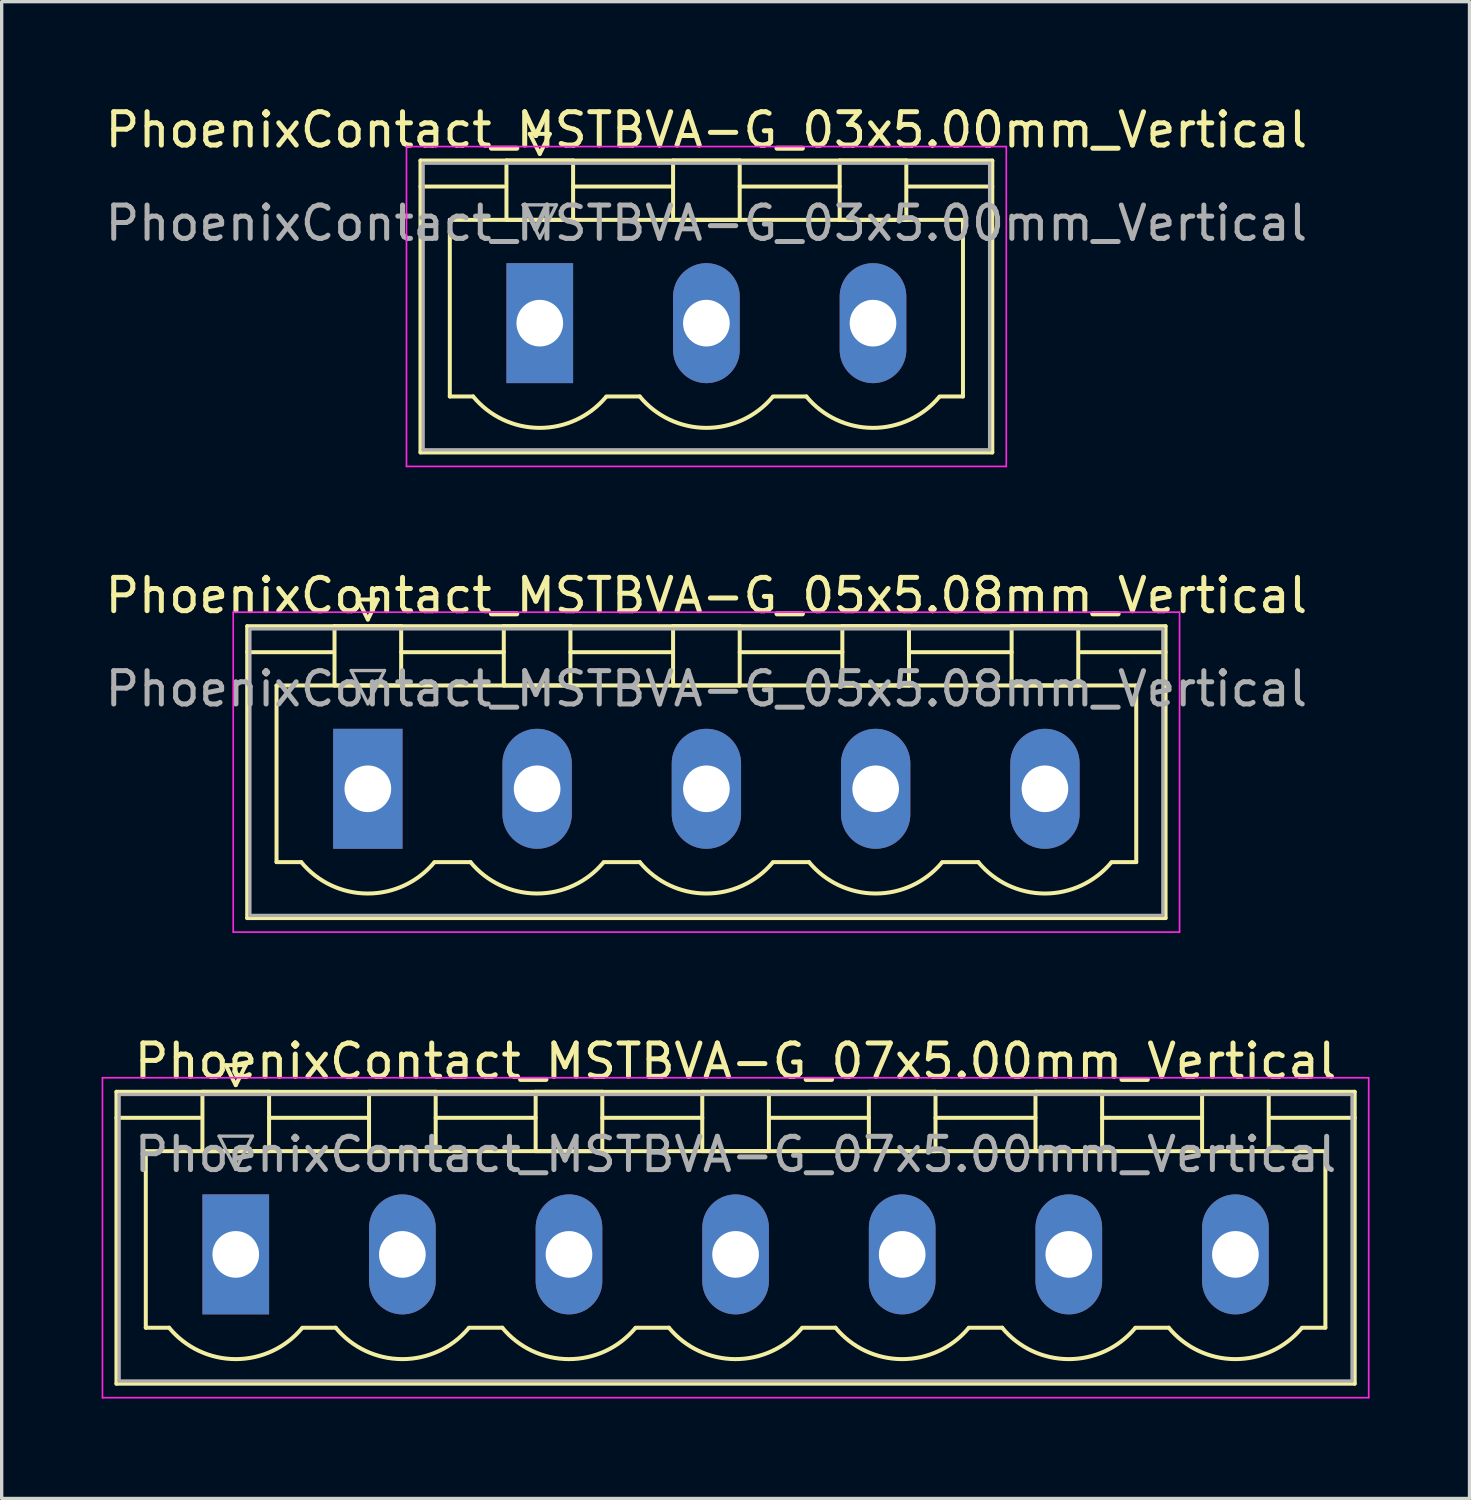
<source format=kicad_pcb>
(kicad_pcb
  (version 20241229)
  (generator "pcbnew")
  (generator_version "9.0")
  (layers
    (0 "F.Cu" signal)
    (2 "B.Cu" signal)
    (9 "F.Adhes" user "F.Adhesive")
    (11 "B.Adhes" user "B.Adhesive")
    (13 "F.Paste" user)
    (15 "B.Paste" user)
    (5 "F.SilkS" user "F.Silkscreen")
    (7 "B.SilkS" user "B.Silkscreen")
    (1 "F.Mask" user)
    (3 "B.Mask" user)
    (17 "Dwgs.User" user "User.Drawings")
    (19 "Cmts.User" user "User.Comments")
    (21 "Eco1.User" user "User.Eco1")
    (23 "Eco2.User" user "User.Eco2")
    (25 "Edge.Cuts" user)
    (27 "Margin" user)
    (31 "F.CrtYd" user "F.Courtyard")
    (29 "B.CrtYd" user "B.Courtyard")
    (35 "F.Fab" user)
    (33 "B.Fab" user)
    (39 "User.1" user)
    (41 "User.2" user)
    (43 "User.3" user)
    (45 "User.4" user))
  (footprint "PhoenixContact_MSTBVA-G_07x5.00mm_Vertical"
    (layer "F.Cu")
    (at 4.025 34.595)
    (property "Reference" "PhoenixContact_MSTBVA-G_07x5.00mm_Vertical" (at 15 -5.8 0) (layer "F.SilkS") (effects (font (size 1 1) (thickness 0.15))))
    (attr through_hole)
    (fp_line (start -3.58 -4.88) (end -3.58 3.88) (stroke (width 0.12) (type solid)) (layer "F.SilkS"))
    (fp_line (start -3.58 -4.1) (end -1.08 -4.1) (stroke (width 0.12) (type solid)) (layer "F.SilkS"))
    (fp_line (start -3.58 3.88) (end 33.58 3.88) (stroke (width 0.12) (type solid)) (layer "F.SilkS"))
    (fp_line (start -2.7 -3.1) (end 32.7 -3.1) (stroke (width 0.12) (type solid)) (layer "F.SilkS"))
    (fp_line (start -2.7 2.2) (end -2.7 -3.1) (stroke (width 0.12) (type solid)) (layer "F.SilkS"))
    (fp_line (start -2 2.2) (end -2.7 2.2) (stroke (width 0.12) (type solid)) (layer "F.SilkS"))
    (fp_line (start -1 -4.88) (end 1 -4.88) (stroke (width 0.12) (type solid)) (layer "F.SilkS"))
    (fp_line (start -1 -3.1) (end -1 -4.88) (stroke (width 0.12) (type solid)) (layer "F.SilkS"))
    (fp_line (start -0.3 -5.68) (end 0.3 -5.68) (stroke (width 0.12) (type solid)) (layer "F.SilkS"))
    (fp_line (start 0 -5.08) (end -0.3 -5.68) (stroke (width 0.12) (type solid)) (layer "F.SilkS"))
    (fp_line (start 0.3 -5.68) (end 0 -5.08) (stroke (width 0.12) (type solid)) (layer "F.SilkS"))
    (fp_line (start 1 -4.88) (end 1 -3.1) (stroke (width 0.12) (type solid)) (layer "F.SilkS"))
    (fp_line (start 1 -4.1) (end 4 -4.1) (stroke (width 0.12) (type solid)) (layer "F.SilkS"))
    (fp_line (start 1 -3.1) (end -1 -3.1) (stroke (width 0.12) (type solid)) (layer "F.SilkS"))
    (fp_line (start 2 2.2) (end 3 2.2) (stroke (width 0.12) (type solid)) (layer "F.SilkS"))
    (fp_line (start 4 -4.88) (end 6 -4.88) (stroke (width 0.12) (type solid)) (layer "F.SilkS"))
    (fp_line (start 4 -3.1) (end 4 -4.88) (stroke (width 0.12) (type solid)) (layer "F.SilkS"))
    (fp_line (start 6 -4.88) (end 6 -3.1) (stroke (width 0.12) (type solid)) (layer "F.SilkS"))
    (fp_line (start 6 -4.1) (end 9 -4.1) (stroke (width 0.12) (type solid)) (layer "F.SilkS"))
    (fp_line (start 6 -3.1) (end 4 -3.1) (stroke (width 0.12) (type solid)) (layer "F.SilkS"))
    (fp_line (start 7 2.2) (end 8 2.2) (stroke (width 0.12) (type solid)) (layer "F.SilkS"))
    (fp_line (start 9 -4.88) (end 11 -4.88) (stroke (width 0.12) (type solid)) (layer "F.SilkS"))
    (fp_line (start 9 -3.1) (end 9 -4.88) (stroke (width 0.12) (type solid)) (layer "F.SilkS"))
    (fp_line (start 11 -4.88) (end 11 -3.1) (stroke (width 0.12) (type solid)) (layer "F.SilkS"))
    (fp_line (start 11 -4.1) (end 14 -4.1) (stroke (width 0.12) (type solid)) (layer "F.SilkS"))
    (fp_line (start 11 -3.1) (end 9 -3.1) (stroke (width 0.12) (type solid)) (layer "F.SilkS"))
    (fp_line (start 12 2.2) (end 13 2.2) (stroke (width 0.12) (type solid)) (layer "F.SilkS"))
    (fp_line (start 14 -4.88) (end 16 -4.88) (stroke (width 0.12) (type solid)) (layer "F.SilkS"))
    (fp_line (start 14 -3.1) (end 14 -4.88) (stroke (width 0.12) (type solid)) (layer "F.SilkS"))
    (fp_line (start 16 -4.88) (end 16 -3.1) (stroke (width 0.12) (type solid)) (layer "F.SilkS"))
    (fp_line (start 16 -4.1) (end 19 -4.1) (stroke (width 0.12) (type solid)) (layer "F.SilkS"))
    (fp_line (start 16 -3.1) (end 14 -3.1) (stroke (width 0.12) (type solid)) (layer "F.SilkS"))
    (fp_line (start 17 2.2) (end 18 2.2) (stroke (width 0.12) (type solid)) (layer "F.SilkS"))
    (fp_line (start 19 -4.88) (end 21 -4.88) (stroke (width 0.12) (type solid)) (layer "F.SilkS"))
    (fp_line (start 19 -3.1) (end 19 -4.88) (stroke (width 0.12) (type solid)) (layer "F.SilkS"))
    (fp_line (start 21 -4.88) (end 21 -3.1) (stroke (width 0.12) (type solid)) (layer "F.SilkS"))
    (fp_line (start 21 -4.1) (end 24 -4.1) (stroke (width 0.12) (type solid)) (layer "F.SilkS"))
    (fp_line (start 21 -3.1) (end 19 -3.1) (stroke (width 0.12) (type solid)) (layer "F.SilkS"))
    (fp_line (start 22 2.2) (end 23 2.2) (stroke (width 0.12) (type solid)) (layer "F.SilkS"))
    (fp_line (start 24 -4.88) (end 26 -4.88) (stroke (width 0.12) (type solid)) (layer "F.SilkS"))
    (fp_line (start 24 -3.1) (end 24 -4.88) (stroke (width 0.12) (type solid)) (layer "F.SilkS"))
    (fp_line (start 26 -4.88) (end 26 -3.1) (stroke (width 0.12) (type solid)) (layer "F.SilkS"))
    (fp_line (start 26 -4.1) (end 29 -4.1) (stroke (width 0.12) (type solid)) (layer "F.SilkS"))
    (fp_line (start 26 -3.1) (end 24 -3.1) (stroke (width 0.12) (type solid)) (layer "F.SilkS"))
    (fp_line (start 27 2.2) (end 28 2.2) (stroke (width 0.12) (type solid)) (layer "F.SilkS"))
    (fp_line (start 29 -4.88) (end 31 -4.88) (stroke (width 0.12) (type solid)) (layer "F.SilkS"))
    (fp_line (start 29 -3.1) (end 29 -4.88) (stroke (width 0.12) (type solid)) (layer "F.SilkS"))
    (fp_line (start 31 -4.88) (end 31 -3.1) (stroke (width 0.12) (type solid)) (layer "F.SilkS"))
    (fp_line (start 31 -3.1) (end 29 -3.1) (stroke (width 0.12) (type solid)) (layer "F.SilkS"))
    (fp_line (start 32.7 -3.1) (end 32.7 2.2) (stroke (width 0.12) (type solid)) (layer "F.SilkS"))
    (fp_line (start 32.7 2.2) (end 32 2.2) (stroke (width 0.12) (type solid)) (layer "F.SilkS"))
    (fp_line (start 33.58 -4.88) (end -3.58 -4.88) (stroke (width 0.12) (type solid)) (layer "F.SilkS"))
    (fp_line (start 33.58 -4.1) (end 31.08 -4.1) (stroke (width 0.12) (type solid)) (layer "F.SilkS"))
    (fp_line (start 33.58 3.88) (end 33.58 -4.88) (stroke (width 0.12) (type solid)) (layer "F.SilkS"))
    (fp_arc (start 1.986842 2.215821) (mid -0.010289 3.142758) (end -2 2.2) (stroke (width 0.12) (type solid)) (layer "F.SilkS"))
    (fp_arc (start 6.986842 2.215821) (mid 4.989711 3.142758) (end 3 2.2) (stroke (width 0.12) (type solid)) (layer "F.SilkS"))
    (fp_arc (start 11.986842 2.215821) (mid 9.989711 3.142758) (end 8 2.2) (stroke (width 0.12) (type solid)) (layer "F.SilkS"))
    (fp_arc (start 16.986842 2.215821) (mid 14.989711 3.142758) (end 13 2.2) (stroke (width 0.12) (type solid)) (layer "F.SilkS"))
    (fp_arc (start 21.986842 2.215821) (mid 19.989711 3.142758) (end 18 2.2) (stroke (width 0.12) (type solid)) (layer "F.SilkS"))
    (fp_arc (start 26.986842 2.215821) (mid 24.989711 3.142758) (end 23 2.2) (stroke (width 0.12) (type solid)) (layer "F.SilkS"))
    (fp_arc (start 31.986842 2.215821) (mid 29.989711 3.142758) (end 28 2.2) (stroke (width 0.12) (type solid)) (layer "F.SilkS"))
    (fp_line (start -4 -5.3) (end -4 4.3) (stroke (width 0.05) (type solid)) (layer "F.CrtYd"))
    (fp_line (start -4 4.3) (end 34 4.3) (stroke (width 0.05) (type solid)) (layer "F.CrtYd"))
    (fp_line (start 34 -5.3) (end -4 -5.3) (stroke (width 0.05) (type solid)) (layer "F.CrtYd"))
    (fp_line (start 34 4.3) (end 34 -5.3) (stroke (width 0.05) (type solid)) (layer "F.CrtYd"))
    (fp_line (start -3.5 -4.8) (end -3.5 3.8) (stroke (width 0.1) (type solid)) (layer "F.Fab"))
    (fp_line (start -3.5 3.8) (end 33.5 3.8) (stroke (width 0.1) (type solid)) (layer "F.Fab"))
    (fp_line (start -0.5 -3.55) (end 0.5 -3.55) (stroke (width 0.1) (type solid)) (layer "F.Fab"))
    (fp_line (start 0 -2.55) (end -0.5 -3.55) (stroke (width 0.1) (type solid)) (layer "F.Fab"))
    (fp_line (start 0.5 -3.55) (end 0 -2.55) (stroke (width 0.1) (type solid)) (layer "F.Fab"))
    (fp_line (start 33.5 -4.8) (end -3.5 -4.8) (stroke (width 0.1) (type solid)) (layer "F.Fab"))
    (fp_line (start 33.5 3.8) (end 33.5 -4.8) (stroke (width 0.1) (type solid)) (layer "F.Fab"))
    (fp_text user "${REFERENCE}" (at 15 -3 0) (layer "F.Fab") (effects (font (size 1 1) (thickness 0.15))))
    (pad "1" thru_hole rect (at 0 0) (size 2 3.6) (drill 1.4) (layers "*.Cu" "*.Mask"))
    (pad "2" thru_hole oval (at 5 0) (size 2 3.6) (drill 1.4) (layers "*.Cu" "*.Mask"))
    (pad "3" thru_hole oval (at 10 0) (size 2 3.6) (drill 1.4) (layers "*.Cu" "*.Mask"))
    (pad "4" thru_hole oval (at 15 0) (size 2 3.6) (drill 1.4) (layers "*.Cu" "*.Mask"))
    (pad "5" thru_hole oval (at 20 0) (size 2 3.6) (drill 1.4) (layers "*.Cu" "*.Mask"))
    (pad "6" thru_hole oval (at 25 0) (size 2 3.6) (drill 1.4) (layers "*.Cu" "*.Mask"))
    (pad "7" thru_hole oval (at 30 0) (size 2 3.6) (drill 1.4) (layers "*.Cu" "*.Mask")))
  (footprint "PhoenixContact_MSTBVA-G_03x5.00mm_Vertical"
    (layer "F.Cu")
    (at 13.149 6.648)
    (property "Reference" "PhoenixContact_MSTBVA-G_03x5.00mm_Vertical" (at 5 -5.8 0) (layer "F.SilkS") (effects (font (size 1 1) (thickness 0.15))))
    (attr through_hole)
    (fp_line (start -3.58 -4.88) (end -3.58 3.88) (stroke (width 0.12) (type solid)) (layer "F.SilkS"))
    (fp_line (start -3.58 -4.1) (end -1.08 -4.1) (stroke (width 0.12) (type solid)) (layer "F.SilkS"))
    (fp_line (start -3.58 3.88) (end 13.58 3.88) (stroke (width 0.12) (type solid)) (layer "F.SilkS"))
    (fp_line (start -2.7 -3.1) (end 12.7 -3.1) (stroke (width 0.12) (type solid)) (layer "F.SilkS"))
    (fp_line (start -2.7 2.2) (end -2.7 -3.1) (stroke (width 0.12) (type solid)) (layer "F.SilkS"))
    (fp_line (start -2 2.2) (end -2.7 2.2) (stroke (width 0.12) (type solid)) (layer "F.SilkS"))
    (fp_line (start -1 -4.88) (end 1 -4.88) (stroke (width 0.12) (type solid)) (layer "F.SilkS"))
    (fp_line (start -1 -3.1) (end -1 -4.88) (stroke (width 0.12) (type solid)) (layer "F.SilkS"))
    (fp_line (start -0.3 -5.68) (end 0.3 -5.68) (stroke (width 0.12) (type solid)) (layer "F.SilkS"))
    (fp_line (start 0 -5.08) (end -0.3 -5.68) (stroke (width 0.12) (type solid)) (layer "F.SilkS"))
    (fp_line (start 0.3 -5.68) (end 0 -5.08) (stroke (width 0.12) (type solid)) (layer "F.SilkS"))
    (fp_line (start 1 -4.88) (end 1 -3.1) (stroke (width 0.12) (type solid)) (layer "F.SilkS"))
    (fp_line (start 1 -4.1) (end 4 -4.1) (stroke (width 0.12) (type solid)) (layer "F.SilkS"))
    (fp_line (start 1 -3.1) (end -1 -3.1) (stroke (width 0.12) (type solid)) (layer "F.SilkS"))
    (fp_line (start 2 2.2) (end 3 2.2) (stroke (width 0.12) (type solid)) (layer "F.SilkS"))
    (fp_line (start 4 -4.88) (end 6 -4.88) (stroke (width 0.12) (type solid)) (layer "F.SilkS"))
    (fp_line (start 4 -3.1) (end 4 -4.88) (stroke (width 0.12) (type solid)) (layer "F.SilkS"))
    (fp_line (start 6 -4.88) (end 6 -3.1) (stroke (width 0.12) (type solid)) (layer "F.SilkS"))
    (fp_line (start 6 -4.1) (end 9 -4.1) (stroke (width 0.12) (type solid)) (layer "F.SilkS"))
    (fp_line (start 6 -3.1) (end 4 -3.1) (stroke (width 0.12) (type solid)) (layer "F.SilkS"))
    (fp_line (start 7 2.2) (end 8 2.2) (stroke (width 0.12) (type solid)) (layer "F.SilkS"))
    (fp_line (start 9 -4.88) (end 11 -4.88) (stroke (width 0.12) (type solid)) (layer "F.SilkS"))
    (fp_line (start 9 -3.1) (end 9 -4.88) (stroke (width 0.12) (type solid)) (layer "F.SilkS"))
    (fp_line (start 11 -4.88) (end 11 -3.1) (stroke (width 0.12) (type solid)) (layer "F.SilkS"))
    (fp_line (start 11 -3.1) (end 9 -3.1) (stroke (width 0.12) (type solid)) (layer "F.SilkS"))
    (fp_line (start 12.7 -3.1) (end 12.7 2.2) (stroke (width 0.12) (type solid)) (layer "F.SilkS"))
    (fp_line (start 12.7 2.2) (end 12 2.2) (stroke (width 0.12) (type solid)) (layer "F.SilkS"))
    (fp_line (start 13.58 -4.88) (end -3.58 -4.88) (stroke (width 0.12) (type solid)) (layer "F.SilkS"))
    (fp_line (start 13.58 -4.1) (end 11.08 -4.1) (stroke (width 0.12) (type solid)) (layer "F.SilkS"))
    (fp_line (start 13.58 3.88) (end 13.58 -4.88) (stroke (width 0.12) (type solid)) (layer "F.SilkS"))
    (fp_arc (start 1.986842 2.215821) (mid -0.010289 3.142758) (end -2 2.2) (stroke (width 0.12) (type solid)) (layer "F.SilkS"))
    (fp_arc (start 6.986842 2.215821) (mid 4.989711 3.142758) (end 3 2.2) (stroke (width 0.12) (type solid)) (layer "F.SilkS"))
    (fp_arc (start 11.986842 2.215821) (mid 9.989711 3.142758) (end 8 2.2) (stroke (width 0.12) (type solid)) (layer "F.SilkS"))
    (fp_line (start -4 -5.3) (end -4 4.3) (stroke (width 0.05) (type solid)) (layer "F.CrtYd"))
    (fp_line (start -4 4.3) (end 14 4.3) (stroke (width 0.05) (type solid)) (layer "F.CrtYd"))
    (fp_line (start 14 -5.3) (end -4 -5.3) (stroke (width 0.05) (type solid)) (layer "F.CrtYd"))
    (fp_line (start 14 4.3) (end 14 -5.3) (stroke (width 0.05) (type solid)) (layer "F.CrtYd"))
    (fp_line (start -3.5 -4.8) (end -3.5 3.8) (stroke (width 0.1) (type solid)) (layer "F.Fab"))
    (fp_line (start -3.5 3.8) (end 13.5 3.8) (stroke (width 0.1) (type solid)) (layer "F.Fab"))
    (fp_line (start -0.5 -3.55) (end 0.5 -3.55) (stroke (width 0.1) (type solid)) (layer "F.Fab"))
    (fp_line (start 0 -2.55) (end -0.5 -3.55) (stroke (width 0.1) (type solid)) (layer "F.Fab"))
    (fp_line (start 0.5 -3.55) (end 0 -2.55) (stroke (width 0.1) (type solid)) (layer "F.Fab"))
    (fp_line (start 13.5 -4.8) (end -3.5 -4.8) (stroke (width 0.1) (type solid)) (layer "F.Fab"))
    (fp_line (start 13.5 3.8) (end 13.5 -4.8) (stroke (width 0.1) (type solid)) (layer "F.Fab"))
    (fp_text user "${REFERENCE}" (at 5 -3 0) (layer "F.Fab") (effects (font (size 1 1) (thickness 0.15))))
    (pad "1" thru_hole rect (at 0 0) (size 2 3.6) (drill 1.4) (layers "*.Cu" "*.Mask"))
    (pad "2" thru_hole oval (at 5 0) (size 2 3.6) (drill 1.4) (layers "*.Cu" "*.Mask"))
    (pad "3" thru_hole oval (at 10 0) (size 2 3.6) (drill 1.4) (layers "*.Cu" "*.Mask")))
  (footprint "PhoenixContact_MSTBVA-G_05x5.08mm_Vertical"
    (layer "F.Cu")
    (at 7.989 20.622)
    (property "Reference" "PhoenixContact_MSTBVA-G_05x5.08mm_Vertical" (at 10.16 -5.8 0) (layer "F.SilkS") (effects (font (size 1 1) (thickness 0.15))))
    (attr through_hole)
    (fp_line (start -3.62 -4.88) (end -3.62 3.88) (stroke (width 0.12) (type solid)) (layer "F.SilkS"))
    (fp_line (start -3.62 -4.1) (end -1.08 -4.1) (stroke (width 0.12) (type solid)) (layer "F.SilkS"))
    (fp_line (start -3.62 3.88) (end 23.94 3.88) (stroke (width 0.12) (type solid)) (layer "F.SilkS"))
    (fp_line (start -2.74 -3.1) (end 23.06 -3.1) (stroke (width 0.12) (type solid)) (layer "F.SilkS"))
    (fp_line (start -2.74 2.2) (end -2.74 -3.1) (stroke (width 0.12) (type solid)) (layer "F.SilkS"))
    (fp_line (start -2 2.2) (end -2.74 2.2) (stroke (width 0.12) (type solid)) (layer "F.SilkS"))
    (fp_line (start -1 -4.88) (end 1 -4.88) (stroke (width 0.12) (type solid)) (layer "F.SilkS"))
    (fp_line (start -1 -3.1) (end -1 -4.88) (stroke (width 0.12) (type solid)) (layer "F.SilkS"))
    (fp_line (start -0.3 -5.68) (end 0.3 -5.68) (stroke (width 0.12) (type solid)) (layer "F.SilkS"))
    (fp_line (start 0 -5.08) (end -0.3 -5.68) (stroke (width 0.12) (type solid)) (layer "F.SilkS"))
    (fp_line (start 0.3 -5.68) (end 0 -5.08) (stroke (width 0.12) (type solid)) (layer "F.SilkS"))
    (fp_line (start 1 -4.88) (end 1 -3.1) (stroke (width 0.12) (type solid)) (layer "F.SilkS"))
    (fp_line (start 1 -4.1) (end 4.08 -4.1) (stroke (width 0.12) (type solid)) (layer "F.SilkS"))
    (fp_line (start 1 -3.1) (end -1 -3.1) (stroke (width 0.12) (type solid)) (layer "F.SilkS"))
    (fp_line (start 2 2.2) (end 3.08 2.2) (stroke (width 0.12) (type solid)) (layer "F.SilkS"))
    (fp_line (start 4.08 -4.88) (end 6.08 -4.88) (stroke (width 0.12) (type solid)) (layer "F.SilkS"))
    (fp_line (start 4.08 -3.1) (end 4.08 -4.88) (stroke (width 0.12) (type solid)) (layer "F.SilkS"))
    (fp_line (start 6.08 -4.88) (end 6.08 -3.1) (stroke (width 0.12) (type solid)) (layer "F.SilkS"))
    (fp_line (start 6.08 -4.1) (end 9.16 -4.1) (stroke (width 0.12) (type solid)) (layer "F.SilkS"))
    (fp_line (start 6.08 -3.1) (end 4.08 -3.1) (stroke (width 0.12) (type solid)) (layer "F.SilkS"))
    (fp_line (start 7.08 2.2) (end 8.16 2.2) (stroke (width 0.12) (type solid)) (layer "F.SilkS"))
    (fp_line (start 9.16 -4.88) (end 11.16 -4.88) (stroke (width 0.12) (type solid)) (layer "F.SilkS"))
    (fp_line (start 9.16 -3.1) (end 9.16 -4.88) (stroke (width 0.12) (type solid)) (layer "F.SilkS"))
    (fp_line (start 11.16 -4.88) (end 11.16 -3.1) (stroke (width 0.12) (type solid)) (layer "F.SilkS"))
    (fp_line (start 11.16 -4.1) (end 14.24 -4.1) (stroke (width 0.12) (type solid)) (layer "F.SilkS"))
    (fp_line (start 11.16 -3.1) (end 9.16 -3.1) (stroke (width 0.12) (type solid)) (layer "F.SilkS"))
    (fp_line (start 12.16 2.2) (end 13.24 2.2) (stroke (width 0.12) (type solid)) (layer "F.SilkS"))
    (fp_line (start 14.24 -4.88) (end 16.24 -4.88) (stroke (width 0.12) (type solid)) (layer "F.SilkS"))
    (fp_line (start 14.24 -3.1) (end 14.24 -4.88) (stroke (width 0.12) (type solid)) (layer "F.SilkS"))
    (fp_line (start 16.24 -4.88) (end 16.24 -3.1) (stroke (width 0.12) (type solid)) (layer "F.SilkS"))
    (fp_line (start 16.24 -4.1) (end 19.32 -4.1) (stroke (width 0.12) (type solid)) (layer "F.SilkS"))
    (fp_line (start 16.24 -3.1) (end 14.24 -3.1) (stroke (width 0.12) (type solid)) (layer "F.SilkS"))
    (fp_line (start 17.24 2.2) (end 18.32 2.2) (stroke (width 0.12) (type solid)) (layer "F.SilkS"))
    (fp_line (start 19.32 -4.88) (end 21.32 -4.88) (stroke (width 0.12) (type solid)) (layer "F.SilkS"))
    (fp_line (start 19.32 -3.1) (end 19.32 -4.88) (stroke (width 0.12) (type solid)) (layer "F.SilkS"))
    (fp_line (start 21.32 -4.88) (end 21.32 -3.1) (stroke (width 0.12) (type solid)) (layer "F.SilkS"))
    (fp_line (start 21.32 -3.1) (end 19.32 -3.1) (stroke (width 0.12) (type solid)) (layer "F.SilkS"))
    (fp_line (start 23.06 -3.1) (end 23.06 2.2) (stroke (width 0.12) (type solid)) (layer "F.SilkS"))
    (fp_line (start 23.06 2.2) (end 22.32 2.2) (stroke (width 0.12) (type solid)) (layer "F.SilkS"))
    (fp_line (start 23.94 -4.88) (end -3.62 -4.88) (stroke (width 0.12) (type solid)) (layer "F.SilkS"))
    (fp_line (start 23.94 -4.1) (end 21.4 -4.1) (stroke (width 0.12) (type solid)) (layer "F.SilkS"))
    (fp_line (start 23.94 3.88) (end 23.94 -4.88) (stroke (width 0.12) (type solid)) (layer "F.SilkS"))
    (fp_arc (start 1.986842 2.215821) (mid -0.010289 3.142758) (end -2 2.2) (stroke (width 0.12) (type solid)) (layer "F.SilkS"))
    (fp_arc (start 7.066842 2.215821) (mid 5.069711 3.142758) (end 3.08 2.2) (stroke (width 0.12) (type solid)) (layer "F.SilkS"))
    (fp_arc (start 12.146842 2.215821) (mid 10.149711 3.142758) (end 8.16 2.2) (stroke (width 0.12) (type solid)) (layer "F.SilkS"))
    (fp_arc (start 17.226842 2.215821) (mid 15.229711 3.142758) (end 13.24 2.2) (stroke (width 0.12) (type solid)) (layer "F.SilkS"))
    (fp_arc (start 22.306842 2.215821) (mid 20.309711 3.142758) (end 18.32 2.2) (stroke (width 0.12) (type solid)) (layer "F.SilkS"))
    (fp_line (start -4.04 -5.3) (end -4.04 4.3) (stroke (width 0.05) (type solid)) (layer "F.CrtYd"))
    (fp_line (start -4.04 4.3) (end 24.36 4.3) (stroke (width 0.05) (type solid)) (layer "F.CrtYd"))
    (fp_line (start 24.36 -5.3) (end -4.04 -5.3) (stroke (width 0.05) (type solid)) (layer "F.CrtYd"))
    (fp_line (start 24.36 4.3) (end 24.36 -5.3) (stroke (width 0.05) (type solid)) (layer "F.CrtYd"))
    (fp_line (start -3.54 -4.8) (end -3.54 3.8) (stroke (width 0.1) (type solid)) (layer "F.Fab"))
    (fp_line (start -3.54 3.8) (end 23.86 3.8) (stroke (width 0.1) (type solid)) (layer "F.Fab"))
    (fp_line (start -0.5 -3.55) (end 0.5 -3.55) (stroke (width 0.1) (type solid)) (layer "F.Fab"))
    (fp_line (start 0 -2.55) (end -0.5 -3.55) (stroke (width 0.1) (type solid)) (layer "F.Fab"))
    (fp_line (start 0.5 -3.55) (end 0 -2.55) (stroke (width 0.1) (type solid)) (layer "F.Fab"))
    (fp_line (start 23.86 -4.8) (end -3.54 -4.8) (stroke (width 0.1) (type solid)) (layer "F.Fab"))
    (fp_line (start 23.86 3.8) (end 23.86 -4.8) (stroke (width 0.1) (type solid)) (layer "F.Fab"))
    (fp_text user "${REFERENCE}" (at 10.16 -3 0) (layer "F.Fab") (effects (font (size 1 1) (thickness 0.15))))
    (pad "1" thru_hole rect (at 0 0) (size 2.08 3.6) (drill 1.4) (layers "*.Cu" "*.Mask"))
    (pad "2" thru_hole oval (at 5.08 0) (size 2.08 3.6) (drill 1.4) (layers "*.Cu" "*.Mask"))
    (pad "3" thru_hole oval (at 10.16 0) (size 2.08 3.6) (drill 1.4) (layers "*.Cu" "*.Mask"))
    (pad "4" thru_hole oval (at 15.24 0) (size 2.08 3.6) (drill 1.4) (layers "*.Cu" "*.Mask"))
    (pad "5" thru_hole oval (at 20.32 0) (size 2.08 3.6) (drill 1.4) (layers "*.Cu" "*.Mask")))
  (gr_rect
    (start -3 -3)
    (end 41.05 41.92)
    (stroke (width 0.1) (type default))
    (fill no)
    (layer "Edge.Cuts")))
</source>
